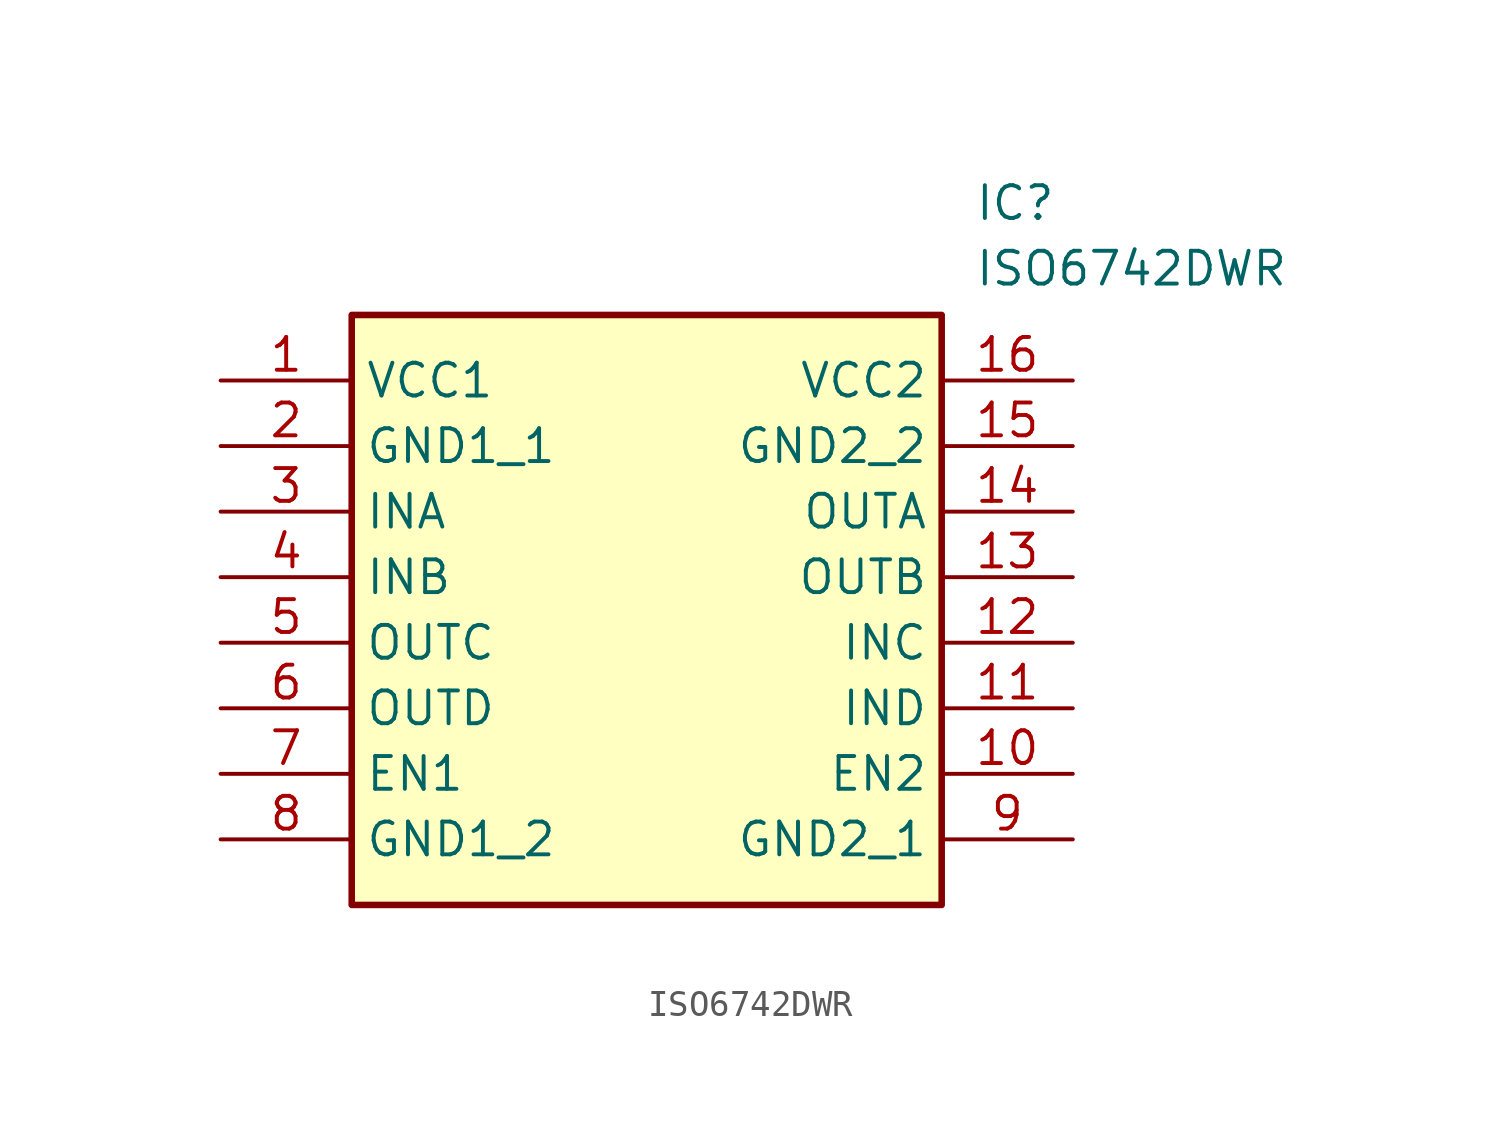
<source format=kicad_sym>
(kicad_symbol_lib
  (version 20211014)
  (generator SamacSys_ECAD_Model)
  (symbol "ISO6742DWR"
    (property "Reference" "IC"
      (at 29.21 7.62 0)
      (effects (font (size 1.27 1.27)) (justify left top)))
    (property "Value" "ISO6742DWR"
      (at 29.21 5.08 0)
      (effects (font (size 1.27 1.27)) (justify left top)))
    (rectangle
      (start 5.08 2.54)
      (end 27.94 -20.32)
      (stroke (width 0.254) (type default))
      (fill (type background)))
    (pin passive line
      (at 0 0 0)
      (length 5.08)
      (name "VCC1" (effects (font (size 1.27 1.27))))
      (number "1" (effects (font (size 1.27 1.27)))))
    (pin passive line
      (at 0 -2.54 0)
      (length 5.08)
      (name "GND1_1" (effects (font (size 1.27 1.27))))
      (number "2" (effects (font (size 1.27 1.27)))))
    (pin passive line
      (at 0 -5.08 0)
      (length 5.08)
      (name "INA" (effects (font (size 1.27 1.27))))
      (number "3" (effects (font (size 1.27 1.27)))))
    (pin passive line
      (at 0 -7.62 0)
      (length 5.08)
      (name "INB" (effects (font (size 1.27 1.27))))
      (number "4" (effects (font (size 1.27 1.27)))))
    (pin passive line
      (at 0 -10.16 0)
      (length 5.08)
      (name "OUTC" (effects (font (size 1.27 1.27))))
      (number "5" (effects (font (size 1.27 1.27)))))
    (pin passive line
      (at 0 -12.7 0)
      (length 5.08)
      (name "OUTD" (effects (font (size 1.27 1.27))))
      (number "6" (effects (font (size 1.27 1.27)))))
    (pin passive line
      (at 0 -15.24 0)
      (length 5.08)
      (name "EN1" (effects (font (size 1.27 1.27))))
      (number "7" (effects (font (size 1.27 1.27)))))
    (pin passive line
      (at 0 -17.78 0)
      (length 5.08)
      (name "GND1_2" (effects (font (size 1.27 1.27))))
      (number "8" (effects (font (size 1.27 1.27)))))
    (pin passive line
      (at 33.02 0 180)
      (length 5.08)
      (name "VCC2" (effects (font (size 1.27 1.27))))
      (number "16" (effects (font (size 1.27 1.27)))))
    (pin passive line
      (at 33.02 -2.54 180)
      (length 5.08)
      (name "GND2_2" (effects (font (size 1.27 1.27))))
      (number "15" (effects (font (size 1.27 1.27)))))
    (pin passive line
      (at 33.02 -5.08 180)
      (length 5.08)
      (name "OUTA" (effects (font (size 1.27 1.27))))
      (number "14" (effects (font (size 1.27 1.27)))))
    (pin passive line
      (at 33.02 -7.62 180)
      (length 5.08)
      (name "OUTB" (effects (font (size 1.27 1.27))))
      (number "13" (effects (font (size 1.27 1.27)))))
    (pin passive line
      (at 33.02 -10.16 180)
      (length 5.08)
      (name "INC" (effects (font (size 1.27 1.27))))
      (number "12" (effects (font (size 1.27 1.27)))))
    (pin passive line
      (at 33.02 -12.7 180)
      (length 5.08)
      (name "IND" (effects (font (size 1.27 1.27))))
      (number "11" (effects (font (size 1.27 1.27)))))
    (pin passive line
      (at 33.02 -15.24 180)
      (length 5.08)
      (name "EN2" (effects (font (size 1.27 1.27))))
      (number "10" (effects (font (size 1.27 1.27)))))
    (pin passive line
      (at 33.02 -17.78 180)
      (length 5.08)
      (name "GND2_1" (effects (font (size 1.27 1.27))))
      (number "9" (effects (font (size 1.27 1.27)))))))
</source>
